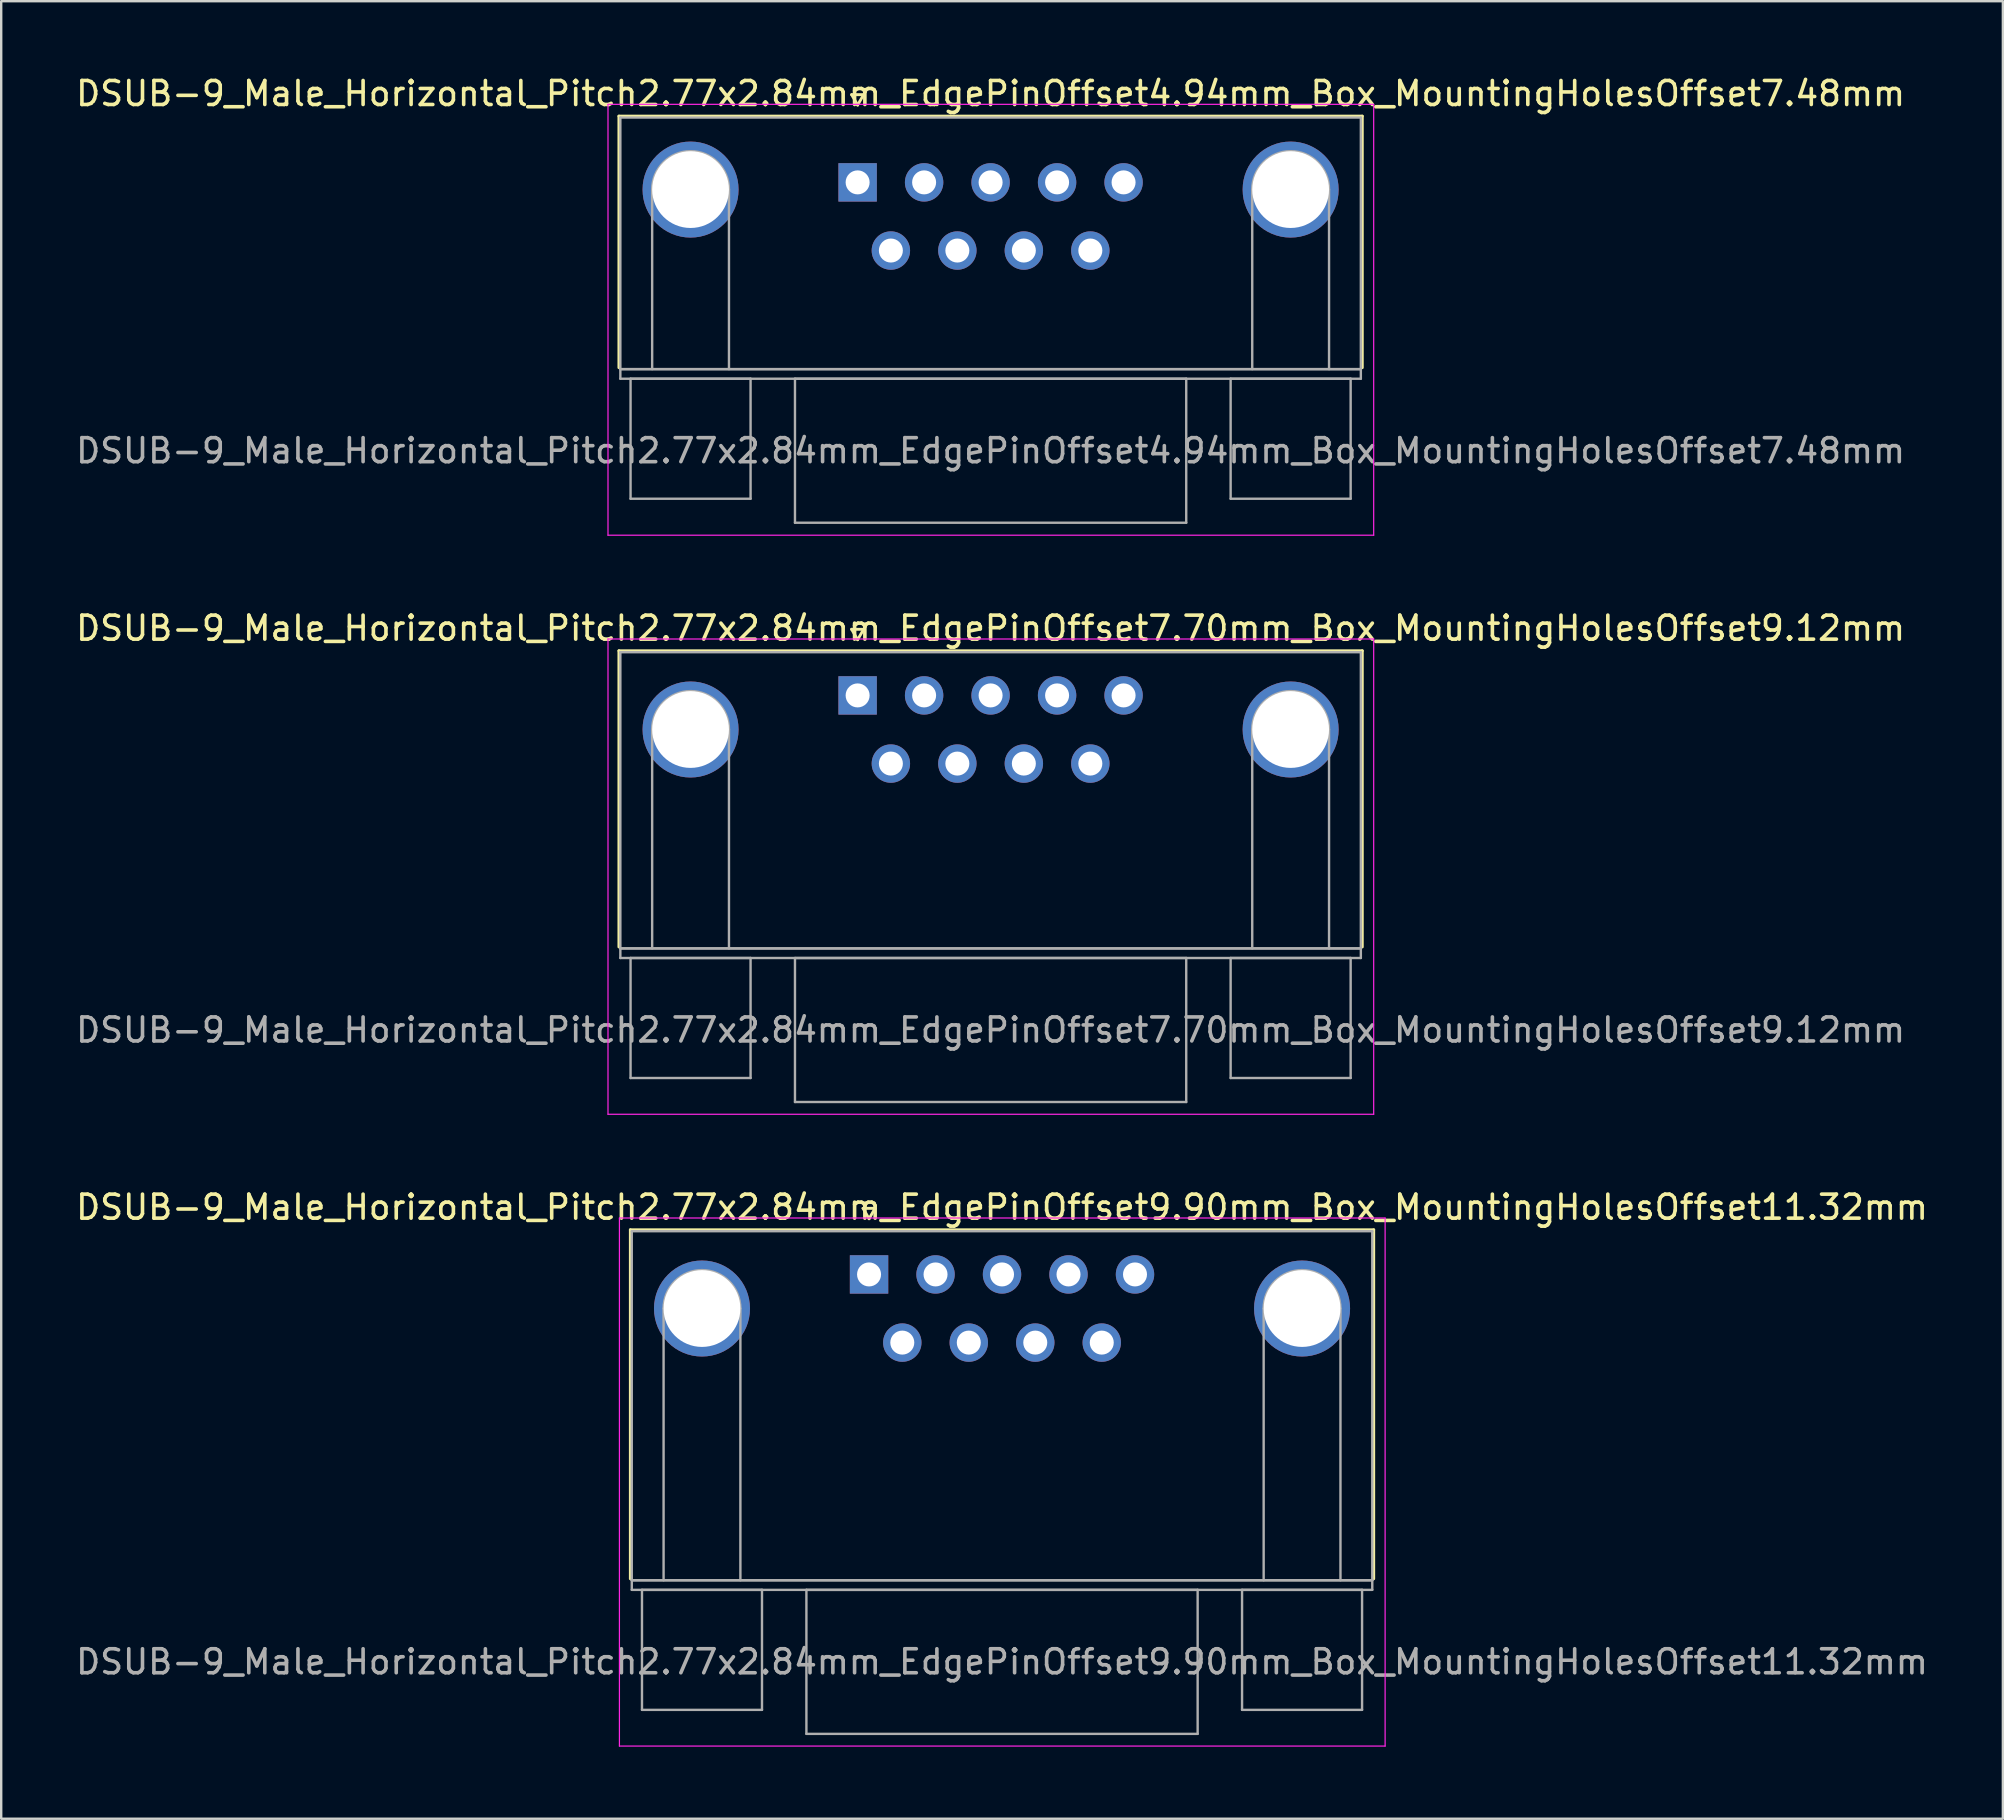
<source format=kicad_pcb>
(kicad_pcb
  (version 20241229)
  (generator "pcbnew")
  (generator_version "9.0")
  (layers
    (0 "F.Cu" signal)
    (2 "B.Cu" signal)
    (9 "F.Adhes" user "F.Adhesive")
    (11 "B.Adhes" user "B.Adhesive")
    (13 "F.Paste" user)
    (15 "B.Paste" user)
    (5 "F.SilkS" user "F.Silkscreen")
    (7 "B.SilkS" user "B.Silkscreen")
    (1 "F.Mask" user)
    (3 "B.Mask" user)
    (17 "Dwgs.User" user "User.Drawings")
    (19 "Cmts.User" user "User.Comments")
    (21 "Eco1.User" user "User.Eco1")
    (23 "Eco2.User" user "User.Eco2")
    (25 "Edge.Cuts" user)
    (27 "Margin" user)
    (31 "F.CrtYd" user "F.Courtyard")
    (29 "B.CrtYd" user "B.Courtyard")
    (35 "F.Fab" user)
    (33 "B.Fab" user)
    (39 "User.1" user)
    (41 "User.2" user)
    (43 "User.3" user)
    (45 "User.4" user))
  (footprint "DSUB-9_Male_Horizontal_Pitch2.77x2.84mm_EdgePinOffset7.70mm_Box_MountingHolesOffset9.12mm"
    (layer "F.Cu")
    (at 32.68 25.922)
    (property "Reference" "DSUB-9_Male_Horizontal_Pitch2.77x2.84mm_EdgePinOffset7.70mm_Box_MountingHolesOffset9.12mm" (at 5.54 -2.8 0) (layer "F.SilkS") (effects (font (size 1 1) (thickness 0.15))))
    (attr through_hole)
    (fp_line (start -9.945 -1.86) (end 21.025 -1.86) (stroke (width 0.12) (type solid)) (layer "F.SilkS"))
    (fp_line (start -9.945 10.48) (end -9.945 -1.86) (stroke (width 0.12) (type solid)) (layer "F.SilkS"))
    (fp_line (start -0.25 -2.754) (end 0.25 -2.754) (stroke (width 0.12) (type solid)) (layer "F.SilkS"))
    (fp_line (start 0 -2.321) (end -0.25 -2.754) (stroke (width 0.12) (type solid)) (layer "F.SilkS"))
    (fp_line (start 0.25 -2.754) (end 0 -2.321) (stroke (width 0.12) (type solid)) (layer "F.SilkS"))
    (fp_line (start 21.025 -1.86) (end 21.025 10.48) (stroke (width 0.12) (type solid)) (layer "F.SilkS"))
    (fp_line (start -10.4 -2.35) (end -10.4 17.45) (stroke (width 0.05) (type solid)) (layer "F.CrtYd"))
    (fp_line (start -10.4 17.45) (end 21.5 17.45) (stroke (width 0.05) (type solid)) (layer "F.CrtYd"))
    (fp_line (start 21.5 -2.35) (end -10.4 -2.35) (stroke (width 0.05) (type solid)) (layer "F.CrtYd"))
    (fp_line (start 21.5 17.45) (end 21.5 -2.35) (stroke (width 0.05) (type solid)) (layer "F.CrtYd"))
    (fp_line (start -9.885 -1.8) (end -9.885 10.54) (stroke (width 0.1) (type solid)) (layer "F.Fab"))
    (fp_line (start -9.885 10.54) (end -9.885 10.94) (stroke (width 0.1) (type solid)) (layer "F.Fab"))
    (fp_line (start -9.885 10.54) (end 20.965 10.54) (stroke (width 0.1) (type solid)) (layer "F.Fab"))
    (fp_line (start -9.885 10.94) (end 20.965 10.94) (stroke (width 0.1) (type solid)) (layer "F.Fab"))
    (fp_line (start -9.46 10.94) (end -9.46 15.94) (stroke (width 0.1) (type solid)) (layer "F.Fab"))
    (fp_line (start -9.46 15.94) (end -4.46 15.94) (stroke (width 0.1) (type solid)) (layer "F.Fab"))
    (fp_line (start -8.56 10.54) (end -8.56 1.42) (stroke (width 0.1) (type solid)) (layer "F.Fab"))
    (fp_line (start -5.36 10.54) (end -5.36 1.42) (stroke (width 0.1) (type solid)) (layer "F.Fab"))
    (fp_line (start -4.46 10.94) (end -9.46 10.94) (stroke (width 0.1) (type solid)) (layer "F.Fab"))
    (fp_line (start -4.46 15.94) (end -4.46 10.94) (stroke (width 0.1) (type solid)) (layer "F.Fab"))
    (fp_line (start -2.61 10.94) (end -2.61 16.94) (stroke (width 0.1) (type solid)) (layer "F.Fab"))
    (fp_line (start -2.61 16.94) (end 13.69 16.94) (stroke (width 0.1) (type solid)) (layer "F.Fab"))
    (fp_line (start 13.69 10.94) (end -2.61 10.94) (stroke (width 0.1) (type solid)) (layer "F.Fab"))
    (fp_line (start 13.69 16.94) (end 13.69 10.94) (stroke (width 0.1) (type solid)) (layer "F.Fab"))
    (fp_line (start 15.54 10.94) (end 15.54 15.94) (stroke (width 0.1) (type solid)) (layer "F.Fab"))
    (fp_line (start 15.54 15.94) (end 20.54 15.94) (stroke (width 0.1) (type solid)) (layer "F.Fab"))
    (fp_line (start 16.44 10.54) (end 16.44 1.42) (stroke (width 0.1) (type solid)) (layer "F.Fab"))
    (fp_line (start 19.64 10.54) (end 19.64 1.42) (stroke (width 0.1) (type solid)) (layer "F.Fab"))
    (fp_line (start 20.54 10.94) (end 15.54 10.94) (stroke (width 0.1) (type solid)) (layer "F.Fab"))
    (fp_line (start 20.54 15.94) (end 20.54 10.94) (stroke (width 0.1) (type solid)) (layer "F.Fab"))
    (fp_line (start 20.965 -1.8) (end -9.885 -1.8) (stroke (width 0.1) (type solid)) (layer "F.Fab"))
    (fp_line (start 20.965 10.54) (end -9.885 10.54) (stroke (width 0.1) (type solid)) (layer "F.Fab"))
    (fp_line (start 20.965 10.54) (end 20.965 -1.8) (stroke (width 0.1) (type solid)) (layer "F.Fab"))
    (fp_line (start 20.965 10.94) (end 20.965 10.54) (stroke (width 0.1) (type solid)) (layer "F.Fab"))
    (fp_arc (start -8.56 1.42) (mid -6.96 -0.18) (end -5.36 1.42) (stroke (width 0.1) (type solid)) (layer "F.Fab"))
    (fp_arc (start 16.44 1.42) (mid 18.04 -0.18) (end 19.64 1.42) (stroke (width 0.1) (type solid)) (layer "F.Fab"))
    (fp_text user "${REFERENCE}" (at 5.54 13.94 0) (layer "F.Fab") (effects (font (size 1 1) (thickness 0.15))))
    (pad "0" thru_hole circle (at -6.96 1.42) (size 4 4) (drill 3.2) (layers "*.Cu" "*.Mask"))
    (pad "0" thru_hole circle (at 18.04 1.42) (size 4 4) (drill 3.2) (layers "*.Cu" "*.Mask"))
    (pad "1" thru_hole rect (at 0 0) (size 1.6 1.6) (drill 1) (layers "*.Cu" "*.Mask"))
    (pad "2" thru_hole circle (at 2.77 0) (size 1.6 1.6) (drill 1) (layers "*.Cu" "*.Mask"))
    (pad "3" thru_hole circle (at 5.54 0) (size 1.6 1.6) (drill 1) (layers "*.Cu" "*.Mask"))
    (pad "4" thru_hole circle (at 8.31 0) (size 1.6 1.6) (drill 1) (layers "*.Cu" "*.Mask"))
    (pad "5" thru_hole circle (at 11.08 0) (size 1.6 1.6) (drill 1) (layers "*.Cu" "*.Mask"))
    (pad "6" thru_hole circle (at 1.385 2.84) (size 1.6 1.6) (drill 1) (layers "*.Cu" "*.Mask"))
    (pad "7" thru_hole circle (at 4.155 2.84) (size 1.6 1.6) (drill 1) (layers "*.Cu" "*.Mask"))
    (pad "8" thru_hole circle (at 6.925 2.84) (size 1.6 1.6) (drill 1) (layers "*.Cu" "*.Mask"))
    (pad "9" thru_hole circle (at 9.695 2.84) (size 1.6 1.6) (drill 1) (layers "*.Cu" "*.Mask")))
  (footprint "DSUB-9_Male_Horizontal_Pitch2.77x2.84mm_EdgePinOffset4.94mm_Box_MountingHolesOffset7.48mm"
    (layer "F.Cu")
    (at 32.68 4.548)
    (property "Reference" "DSUB-9_Male_Horizontal_Pitch2.77x2.84mm_EdgePinOffset4.94mm_Box_MountingHolesOffset7.48mm" (at 5.54 -3.7 0) (layer "F.SilkS") (effects (font (size 1 1) (thickness 0.15))))
    (attr through_hole)
    (fp_line (start -9.945 -2.76) (end 21.025 -2.76) (stroke (width 0.12) (type solid)) (layer "F.SilkS"))
    (fp_line (start -9.945 7.72) (end -9.945 -2.76) (stroke (width 0.12) (type solid)) (layer "F.SilkS"))
    (fp_line (start -0.25 -3.654) (end 0.25 -3.654) (stroke (width 0.12) (type solid)) (layer "F.SilkS"))
    (fp_line (start 0 -3.221) (end -0.25 -3.654) (stroke (width 0.12) (type solid)) (layer "F.SilkS"))
    (fp_line (start 0.25 -3.654) (end 0 -3.221) (stroke (width 0.12) (type solid)) (layer "F.SilkS"))
    (fp_line (start 21.025 -2.76) (end 21.025 7.72) (stroke (width 0.12) (type solid)) (layer "F.SilkS"))
    (fp_line (start -10.4 -3.25) (end -10.4 14.7) (stroke (width 0.05) (type solid)) (layer "F.CrtYd"))
    (fp_line (start -10.4 14.7) (end 21.5 14.7) (stroke (width 0.05) (type solid)) (layer "F.CrtYd"))
    (fp_line (start 21.5 -3.25) (end -10.4 -3.25) (stroke (width 0.05) (type solid)) (layer "F.CrtYd"))
    (fp_line (start 21.5 14.7) (end 21.5 -3.25) (stroke (width 0.05) (type solid)) (layer "F.CrtYd"))
    (fp_line (start -9.885 -2.7) (end -9.885 7.78) (stroke (width 0.1) (type solid)) (layer "F.Fab"))
    (fp_line (start -9.885 7.78) (end -9.885 8.18) (stroke (width 0.1) (type solid)) (layer "F.Fab"))
    (fp_line (start -9.885 7.78) (end 20.965 7.78) (stroke (width 0.1) (type solid)) (layer "F.Fab"))
    (fp_line (start -9.885 8.18) (end 20.965 8.18) (stroke (width 0.1) (type solid)) (layer "F.Fab"))
    (fp_line (start -9.46 8.18) (end -9.46 13.18) (stroke (width 0.1) (type solid)) (layer "F.Fab"))
    (fp_line (start -9.46 13.18) (end -4.46 13.18) (stroke (width 0.1) (type solid)) (layer "F.Fab"))
    (fp_line (start -8.56 7.78) (end -8.56 0.3) (stroke (width 0.1) (type solid)) (layer "F.Fab"))
    (fp_line (start -5.36 7.78) (end -5.36 0.3) (stroke (width 0.1) (type solid)) (layer "F.Fab"))
    (fp_line (start -4.46 8.18) (end -9.46 8.18) (stroke (width 0.1) (type solid)) (layer "F.Fab"))
    (fp_line (start -4.46 13.18) (end -4.46 8.18) (stroke (width 0.1) (type solid)) (layer "F.Fab"))
    (fp_line (start -2.61 8.18) (end -2.61 14.18) (stroke (width 0.1) (type solid)) (layer "F.Fab"))
    (fp_line (start -2.61 14.18) (end 13.69 14.18) (stroke (width 0.1) (type solid)) (layer "F.Fab"))
    (fp_line (start 13.69 8.18) (end -2.61 8.18) (stroke (width 0.1) (type solid)) (layer "F.Fab"))
    (fp_line (start 13.69 14.18) (end 13.69 8.18) (stroke (width 0.1) (type solid)) (layer "F.Fab"))
    (fp_line (start 15.54 8.18) (end 15.54 13.18) (stroke (width 0.1) (type solid)) (layer "F.Fab"))
    (fp_line (start 15.54 13.18) (end 20.54 13.18) (stroke (width 0.1) (type solid)) (layer "F.Fab"))
    (fp_line (start 16.44 7.78) (end 16.44 0.3) (stroke (width 0.1) (type solid)) (layer "F.Fab"))
    (fp_line (start 19.64 7.78) (end 19.64 0.3) (stroke (width 0.1) (type solid)) (layer "F.Fab"))
    (fp_line (start 20.54 8.18) (end 15.54 8.18) (stroke (width 0.1) (type solid)) (layer "F.Fab"))
    (fp_line (start 20.54 13.18) (end 20.54 8.18) (stroke (width 0.1) (type solid)) (layer "F.Fab"))
    (fp_line (start 20.965 -2.7) (end -9.885 -2.7) (stroke (width 0.1) (type solid)) (layer "F.Fab"))
    (fp_line (start 20.965 7.78) (end -9.885 7.78) (stroke (width 0.1) (type solid)) (layer "F.Fab"))
    (fp_line (start 20.965 7.78) (end 20.965 -2.7) (stroke (width 0.1) (type solid)) (layer "F.Fab"))
    (fp_line (start 20.965 8.18) (end 20.965 7.78) (stroke (width 0.1) (type solid)) (layer "F.Fab"))
    (fp_arc (start -8.56 0.3) (mid -6.96 -1.3) (end -5.36 0.3) (stroke (width 0.1) (type solid)) (layer "F.Fab"))
    (fp_arc (start 16.44 0.3) (mid 18.04 -1.3) (end 19.64 0.3) (stroke (width 0.1) (type solid)) (layer "F.Fab"))
    (fp_text user "${REFERENCE}" (at 5.54 11.18 0) (layer "F.Fab") (effects (font (size 1 1) (thickness 0.15))))
    (pad "0" thru_hole circle (at -6.96 0.3) (size 4 4) (drill 3.2) (layers "*.Cu" "*.Mask"))
    (pad "0" thru_hole circle (at 18.04 0.3) (size 4 4) (drill 3.2) (layers "*.Cu" "*.Mask"))
    (pad "1" thru_hole rect (at 0 0) (size 1.6 1.6) (drill 1) (layers "*.Cu" "*.Mask"))
    (pad "2" thru_hole circle (at 2.77 0) (size 1.6 1.6) (drill 1) (layers "*.Cu" "*.Mask"))
    (pad "3" thru_hole circle (at 5.54 0) (size 1.6 1.6) (drill 1) (layers "*.Cu" "*.Mask"))
    (pad "4" thru_hole circle (at 8.31 0) (size 1.6 1.6) (drill 1) (layers "*.Cu" "*.Mask"))
    (pad "5" thru_hole circle (at 11.08 0) (size 1.6 1.6) (drill 1) (layers "*.Cu" "*.Mask"))
    (pad "6" thru_hole circle (at 1.385 2.84) (size 1.6 1.6) (drill 1) (layers "*.Cu" "*.Mask"))
    (pad "7" thru_hole circle (at 4.155 2.84) (size 1.6 1.6) (drill 1) (layers "*.Cu" "*.Mask"))
    (pad "8" thru_hole circle (at 6.925 2.84) (size 1.6 1.6) (drill 1) (layers "*.Cu" "*.Mask"))
    (pad "9" thru_hole circle (at 9.695 2.84) (size 1.6 1.6) (drill 1) (layers "*.Cu" "*.Mask")))
  (footprint "DSUB-9_Male_Horizontal_Pitch2.77x2.84mm_EdgePinOffset9.90mm_Box_MountingHolesOffset11.32mm"
    (layer "F.Cu")
    (at 33.156 50.045)
    (property "Reference" "DSUB-9_Male_Horizontal_Pitch2.77x2.84mm_EdgePinOffset9.90mm_Box_MountingHolesOffset11.32mm" (at 5.54 -2.8 0) (layer "F.SilkS") (effects (font (size 1 1) (thickness 0.15))))
    (attr through_hole)
    (fp_line (start -9.945 -1.86) (end 21.025 -1.86) (stroke (width 0.12) (type solid)) (layer "F.SilkS"))
    (fp_line (start -9.945 12.68) (end -9.945 -1.86) (stroke (width 0.12) (type solid)) (layer "F.SilkS"))
    (fp_line (start -0.25 -2.754) (end 0.25 -2.754) (stroke (width 0.12) (type solid)) (layer "F.SilkS"))
    (fp_line (start 0 -2.321) (end -0.25 -2.754) (stroke (width 0.12) (type solid)) (layer "F.SilkS"))
    (fp_line (start 0.25 -2.754) (end 0 -2.321) (stroke (width 0.12) (type solid)) (layer "F.SilkS"))
    (fp_line (start 21.025 -1.86) (end 21.025 12.68) (stroke (width 0.12) (type solid)) (layer "F.SilkS"))
    (fp_line (start -10.4 -2.35) (end -10.4 19.65) (stroke (width 0.05) (type solid)) (layer "F.CrtYd"))
    (fp_line (start -10.4 19.65) (end 21.5 19.65) (stroke (width 0.05) (type solid)) (layer "F.CrtYd"))
    (fp_line (start 21.5 -2.35) (end -10.4 -2.35) (stroke (width 0.05) (type solid)) (layer "F.CrtYd"))
    (fp_line (start 21.5 19.65) (end 21.5 -2.35) (stroke (width 0.05) (type solid)) (layer "F.CrtYd"))
    (fp_line (start -9.885 -1.8) (end -9.885 12.74) (stroke (width 0.1) (type solid)) (layer "F.Fab"))
    (fp_line (start -9.885 12.74) (end -9.885 13.14) (stroke (width 0.1) (type solid)) (layer "F.Fab"))
    (fp_line (start -9.885 12.74) (end 20.965 12.74) (stroke (width 0.1) (type solid)) (layer "F.Fab"))
    (fp_line (start -9.885 13.14) (end 20.965 13.14) (stroke (width 0.1) (type solid)) (layer "F.Fab"))
    (fp_line (start -9.46 13.14) (end -9.46 18.14) (stroke (width 0.1) (type solid)) (layer "F.Fab"))
    (fp_line (start -9.46 18.14) (end -4.46 18.14) (stroke (width 0.1) (type solid)) (layer "F.Fab"))
    (fp_line (start -8.56 12.74) (end -8.56 1.42) (stroke (width 0.1) (type solid)) (layer "F.Fab"))
    (fp_line (start -5.36 12.74) (end -5.36 1.42) (stroke (width 0.1) (type solid)) (layer "F.Fab"))
    (fp_line (start -4.46 13.14) (end -9.46 13.14) (stroke (width 0.1) (type solid)) (layer "F.Fab"))
    (fp_line (start -4.46 18.14) (end -4.46 13.14) (stroke (width 0.1) (type solid)) (layer "F.Fab"))
    (fp_line (start -2.61 13.14) (end -2.61 19.14) (stroke (width 0.1) (type solid)) (layer "F.Fab"))
    (fp_line (start -2.61 19.14) (end 13.69 19.14) (stroke (width 0.1) (type solid)) (layer "F.Fab"))
    (fp_line (start 13.69 13.14) (end -2.61 13.14) (stroke (width 0.1) (type solid)) (layer "F.Fab"))
    (fp_line (start 13.69 19.14) (end 13.69 13.14) (stroke (width 0.1) (type solid)) (layer "F.Fab"))
    (fp_line (start 15.54 13.14) (end 15.54 18.14) (stroke (width 0.1) (type solid)) (layer "F.Fab"))
    (fp_line (start 15.54 18.14) (end 20.54 18.14) (stroke (width 0.1) (type solid)) (layer "F.Fab"))
    (fp_line (start 16.44 12.74) (end 16.44 1.42) (stroke (width 0.1) (type solid)) (layer "F.Fab"))
    (fp_line (start 19.64 12.74) (end 19.64 1.42) (stroke (width 0.1) (type solid)) (layer "F.Fab"))
    (fp_line (start 20.54 13.14) (end 15.54 13.14) (stroke (width 0.1) (type solid)) (layer "F.Fab"))
    (fp_line (start 20.54 18.14) (end 20.54 13.14) (stroke (width 0.1) (type solid)) (layer "F.Fab"))
    (fp_line (start 20.965 -1.8) (end -9.885 -1.8) (stroke (width 0.1) (type solid)) (layer "F.Fab"))
    (fp_line (start 20.965 12.74) (end -9.885 12.74) (stroke (width 0.1) (type solid)) (layer "F.Fab"))
    (fp_line (start 20.965 12.74) (end 20.965 -1.8) (stroke (width 0.1) (type solid)) (layer "F.Fab"))
    (fp_line (start 20.965 13.14) (end 20.965 12.74) (stroke (width 0.1) (type solid)) (layer "F.Fab"))
    (fp_arc (start -8.56 1.42) (mid -6.96 -0.18) (end -5.36 1.42) (stroke (width 0.1) (type solid)) (layer "F.Fab"))
    (fp_arc (start 16.44 1.42) (mid 18.04 -0.18) (end 19.64 1.42) (stroke (width 0.1) (type solid)) (layer "F.Fab"))
    (fp_text user "${REFERENCE}" (at 5.54 16.14 0) (layer "F.Fab") (effects (font (size 1 1) (thickness 0.15))))
    (pad "0" thru_hole circle (at -6.96 1.42) (size 4 4) (drill 3.2) (layers "*.Cu" "*.Mask"))
    (pad "0" thru_hole circle (at 18.04 1.42) (size 4 4) (drill 3.2) (layers "*.Cu" "*.Mask"))
    (pad "1" thru_hole rect (at 0 0) (size 1.6 1.6) (drill 1) (layers "*.Cu" "*.Mask"))
    (pad "2" thru_hole circle (at 2.77 0) (size 1.6 1.6) (drill 1) (layers "*.Cu" "*.Mask"))
    (pad "3" thru_hole circle (at 5.54 0) (size 1.6 1.6) (drill 1) (layers "*.Cu" "*.Mask"))
    (pad "4" thru_hole circle (at 8.31 0) (size 1.6 1.6) (drill 1) (layers "*.Cu" "*.Mask"))
    (pad "5" thru_hole circle (at 11.08 0) (size 1.6 1.6) (drill 1) (layers "*.Cu" "*.Mask"))
    (pad "6" thru_hole circle (at 1.385 2.84) (size 1.6 1.6) (drill 1) (layers "*.Cu" "*.Mask"))
    (pad "7" thru_hole circle (at 4.155 2.84) (size 1.6 1.6) (drill 1) (layers "*.Cu" "*.Mask"))
    (pad "8" thru_hole circle (at 6.925 2.84) (size 1.6 1.6) (drill 1) (layers "*.Cu" "*.Mask"))
    (pad "9" thru_hole circle (at 9.695 2.84) (size 1.6 1.6) (drill 1) (layers "*.Cu" "*.Mask")))
  (gr_rect
    (start -3 -3)
    (end 80.393 72.72)
    (stroke (width 0.1) (type default))
    (fill no)
    (layer "Edge.Cuts")))
</source>
